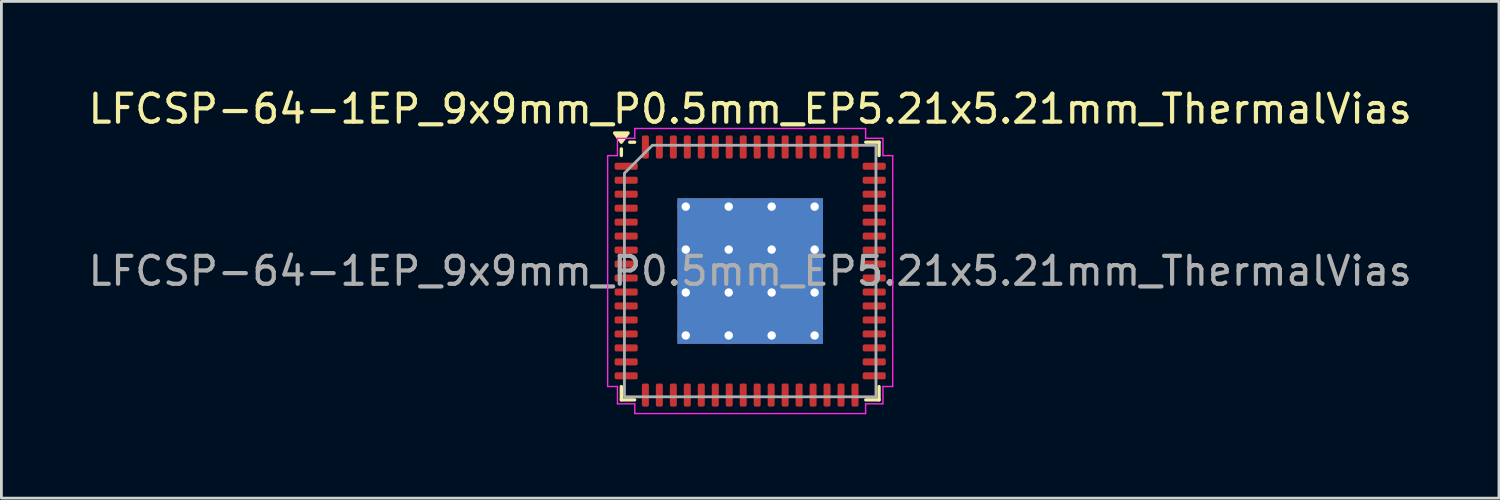
<source format=kicad_pcb>
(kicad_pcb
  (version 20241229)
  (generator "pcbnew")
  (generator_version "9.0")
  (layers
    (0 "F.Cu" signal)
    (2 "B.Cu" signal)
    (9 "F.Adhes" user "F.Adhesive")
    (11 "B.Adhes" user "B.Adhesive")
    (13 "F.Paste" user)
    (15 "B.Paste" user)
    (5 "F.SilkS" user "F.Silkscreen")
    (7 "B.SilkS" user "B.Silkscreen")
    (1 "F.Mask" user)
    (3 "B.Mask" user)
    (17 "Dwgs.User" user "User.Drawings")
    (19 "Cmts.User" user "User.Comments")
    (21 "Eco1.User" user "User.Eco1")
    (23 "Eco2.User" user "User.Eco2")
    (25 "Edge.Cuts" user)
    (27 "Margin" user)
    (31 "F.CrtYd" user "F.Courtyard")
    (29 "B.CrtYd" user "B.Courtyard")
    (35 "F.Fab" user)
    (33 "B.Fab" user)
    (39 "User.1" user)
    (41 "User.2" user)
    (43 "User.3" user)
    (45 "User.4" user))
  (footprint "LFCSP-64-1EP_9x9mm_P0.5mm_EP5.21x5.21mm_ThermalVias"
    (layer "F.Cu")
    (at 23.792 6.648)
    (property "Reference" "LFCSP-64-1EP_9x9mm_P0.5mm_EP5.21x5.21mm_ThermalVias" (at 0 -5.8 0) (layer "F.SilkS") (effects (font (size 1 1) (thickness 0.15))))
    (attr smd)
    (fp_line (start -4.61 -4.135) (end -4.61 -4.37) (stroke (width 0.12) (type solid)) (layer "F.SilkS"))
    (fp_line (start -4.61 4.61) (end -4.61 4.135) (stroke (width 0.12) (type solid)) (layer "F.SilkS"))
    (fp_line (start -4.135 -4.61) (end -4.31 -4.61) (stroke (width 0.12) (type solid)) (layer "F.SilkS"))
    (fp_line (start -4.135 4.61) (end -4.61 4.61) (stroke (width 0.12) (type solid)) (layer "F.SilkS"))
    (fp_line (start 4.135 -4.61) (end 4.61 -4.61) (stroke (width 0.12) (type solid)) (layer "F.SilkS"))
    (fp_line (start 4.135 4.61) (end 4.61 4.61) (stroke (width 0.12) (type solid)) (layer "F.SilkS"))
    (fp_line (start 4.61 -4.61) (end 4.61 -4.135) (stroke (width 0.12) (type solid)) (layer "F.SilkS"))
    (fp_line (start 4.61 4.61) (end 4.61 4.135) (stroke (width 0.12) (type solid)) (layer "F.SilkS"))
    (fp_poly (pts (xy -4.61 -4.61) (xy -4.85 -4.94) (xy -4.37 -4.94)) (stroke (width 0.12) (type solid)) (fill yes) (layer "F.SilkS"))
    (fp_line (start -5.1 -4.13) (end -4.75 -4.13) (stroke (width 0.05) (type solid)) (layer "F.CrtYd"))
    (fp_line (start -5.1 4.13) (end -5.1 -4.13) (stroke (width 0.05) (type solid)) (layer "F.CrtYd"))
    (fp_line (start -4.75 -4.75) (end -4.13 -4.75) (stroke (width 0.05) (type solid)) (layer "F.CrtYd"))
    (fp_line (start -4.75 -4.13) (end -4.75 -4.75) (stroke (width 0.05) (type solid)) (layer "F.CrtYd"))
    (fp_line (start -4.75 4.13) (end -5.1 4.13) (stroke (width 0.05) (type solid)) (layer "F.CrtYd"))
    (fp_line (start -4.75 4.75) (end -4.75 4.13) (stroke (width 0.05) (type solid)) (layer "F.CrtYd"))
    (fp_line (start -4.13 -5.1) (end 4.13 -5.1) (stroke (width 0.05) (type solid)) (layer "F.CrtYd"))
    (fp_line (start -4.13 -4.75) (end -4.13 -5.1) (stroke (width 0.05) (type solid)) (layer "F.CrtYd"))
    (fp_line (start -4.13 4.75) (end -4.75 4.75) (stroke (width 0.05) (type solid)) (layer "F.CrtYd"))
    (fp_line (start -4.13 5.1) (end -4.13 4.75) (stroke (width 0.05) (type solid)) (layer "F.CrtYd"))
    (fp_line (start 4.13 -5.1) (end 4.13 -4.75) (stroke (width 0.05) (type solid)) (layer "F.CrtYd"))
    (fp_line (start 4.13 -4.75) (end 4.75 -4.75) (stroke (width 0.05) (type solid)) (layer "F.CrtYd"))
    (fp_line (start 4.13 4.75) (end 4.13 5.1) (stroke (width 0.05) (type solid)) (layer "F.CrtYd"))
    (fp_line (start 4.13 5.1) (end -4.13 5.1) (stroke (width 0.05) (type solid)) (layer "F.CrtYd"))
    (fp_line (start 4.75 -4.75) (end 4.75 -4.13) (stroke (width 0.05) (type solid)) (layer "F.CrtYd"))
    (fp_line (start 4.75 -4.13) (end 5.1 -4.13) (stroke (width 0.05) (type solid)) (layer "F.CrtYd"))
    (fp_line (start 4.75 4.13) (end 4.75 4.75) (stroke (width 0.05) (type solid)) (layer "F.CrtYd"))
    (fp_line (start 4.75 4.75) (end 4.13 4.75) (stroke (width 0.05) (type solid)) (layer "F.CrtYd"))
    (fp_line (start 5.1 -4.13) (end 5.1 4.13) (stroke (width 0.05) (type solid)) (layer "F.CrtYd"))
    (fp_line (start 5.1 4.13) (end 4.75 4.13) (stroke (width 0.05) (type solid)) (layer "F.CrtYd"))
    (fp_poly (pts (xy -4.5 -3.5) (xy -4.5 4.5) (xy 4.5 4.5) (xy 4.5 -4.5) (xy -3.5 -4.5)) (stroke (width 0.1) (type solid)) (fill no) (layer "F.Fab"))
    (fp_text user "${REFERENCE}" (at 0 0 0) (layer "F.Fab") (effects (font (size 1 1) (thickness 0.15))))
    (pad "" smd roundrect (at -1.3 -1.3) (size 2.26 2.26) (layers "F.Paste") (roundrect_rratio 0.111))
    (pad "" smd roundrect (at -1.3 1.3) (size 2.26 2.26) (layers "F.Paste") (roundrect_rratio 0.111))
    (pad "" smd roundrect (at 1.3 -1.3) (size 2.26 2.26) (layers "F.Paste") (roundrect_rratio 0.111))
    (pad "" smd roundrect (at 1.3 1.3) (size 2.26 2.26) (layers "F.Paste") (roundrect_rratio 0.111))
    (pad "1" smd roundrect (at -4.438 -3.75) (size 0.825 0.25) (layers "F.Cu" "F.Mask" "F.Paste") (roundrect_rratio 0.25))
    (pad "2" smd roundrect (at -4.438 -3.25) (size 0.825 0.25) (layers "F.Cu" "F.Mask" "F.Paste") (roundrect_rratio 0.25))
    (pad "3" smd roundrect (at -4.438 -2.75) (size 0.825 0.25) (layers "F.Cu" "F.Mask" "F.Paste") (roundrect_rratio 0.25))
    (pad "4" smd roundrect (at -4.438 -2.25) (size 0.825 0.25) (layers "F.Cu" "F.Mask" "F.Paste") (roundrect_rratio 0.25))
    (pad "5" smd roundrect (at -4.438 -1.75) (size 0.825 0.25) (layers "F.Cu" "F.Mask" "F.Paste") (roundrect_rratio 0.25))
    (pad "6" smd roundrect (at -4.438 -1.25) (size 0.825 0.25) (layers "F.Cu" "F.Mask" "F.Paste") (roundrect_rratio 0.25))
    (pad "7" smd roundrect (at -4.438 -0.75) (size 0.825 0.25) (layers "F.Cu" "F.Mask" "F.Paste") (roundrect_rratio 0.25))
    (pad "8" smd roundrect (at -4.438 -0.25) (size 0.825 0.25) (layers "F.Cu" "F.Mask" "F.Paste") (roundrect_rratio 0.25))
    (pad "9" smd roundrect (at -4.438 0.25) (size 0.825 0.25) (layers "F.Cu" "F.Mask" "F.Paste") (roundrect_rratio 0.25))
    (pad "10" smd roundrect (at -4.438 0.75) (size 0.825 0.25) (layers "F.Cu" "F.Mask" "F.Paste") (roundrect_rratio 0.25))
    (pad "11" smd roundrect (at -4.438 1.25) (size 0.825 0.25) (layers "F.Cu" "F.Mask" "F.Paste") (roundrect_rratio 0.25))
    (pad "12" smd roundrect (at -4.438 1.75) (size 0.825 0.25) (layers "F.Cu" "F.Mask" "F.Paste") (roundrect_rratio 0.25))
    (pad "13" smd roundrect (at -4.438 2.25) (size 0.825 0.25) (layers "F.Cu" "F.Mask" "F.Paste") (roundrect_rratio 0.25))
    (pad "14" smd roundrect (at -4.438 2.75) (size 0.825 0.25) (layers "F.Cu" "F.Mask" "F.Paste") (roundrect_rratio 0.25))
    (pad "15" smd roundrect (at -4.438 3.25) (size 0.825 0.25) (layers "F.Cu" "F.Mask" "F.Paste") (roundrect_rratio 0.25))
    (pad "16" smd roundrect (at -4.438 3.75) (size 0.825 0.25) (layers "F.Cu" "F.Mask" "F.Paste") (roundrect_rratio 0.25))
    (pad "17" smd roundrect (at -3.75 4.438) (size 0.25 0.825) (layers "F.Cu" "F.Mask" "F.Paste") (roundrect_rratio 0.25))
    (pad "18" smd roundrect (at -3.25 4.438) (size 0.25 0.825) (layers "F.Cu" "F.Mask" "F.Paste") (roundrect_rratio 0.25))
    (pad "19" smd roundrect (at -2.75 4.438) (size 0.25 0.825) (layers "F.Cu" "F.Mask" "F.Paste") (roundrect_rratio 0.25))
    (pad "20" smd roundrect (at -2.25 4.438) (size 0.25 0.825) (layers "F.Cu" "F.Mask" "F.Paste") (roundrect_rratio 0.25))
    (pad "21" smd roundrect (at -1.75 4.438) (size 0.25 0.825) (layers "F.Cu" "F.Mask" "F.Paste") (roundrect_rratio 0.25))
    (pad "22" smd roundrect (at -1.25 4.438) (size 0.25 0.825) (layers "F.Cu" "F.Mask" "F.Paste") (roundrect_rratio 0.25))
    (pad "23" smd roundrect (at -0.75 4.438) (size 0.25 0.825) (layers "F.Cu" "F.Mask" "F.Paste") (roundrect_rratio 0.25))
    (pad "24" smd roundrect (at -0.25 4.438) (size 0.25 0.825) (layers "F.Cu" "F.Mask" "F.Paste") (roundrect_rratio 0.25))
    (pad "25" smd roundrect (at 0.25 4.438) (size 0.25 0.825) (layers "F.Cu" "F.Mask" "F.Paste") (roundrect_rratio 0.25))
    (pad "26" smd roundrect (at 0.75 4.438) (size 0.25 0.825) (layers "F.Cu" "F.Mask" "F.Paste") (roundrect_rratio 0.25))
    (pad "27" smd roundrect (at 1.25 4.438) (size 0.25 0.825) (layers "F.Cu" "F.Mask" "F.Paste") (roundrect_rratio 0.25))
    (pad "28" smd roundrect (at 1.75 4.438) (size 0.25 0.825) (layers "F.Cu" "F.Mask" "F.Paste") (roundrect_rratio 0.25))
    (pad "29" smd roundrect (at 2.25 4.438) (size 0.25 0.825) (layers "F.Cu" "F.Mask" "F.Paste") (roundrect_rratio 0.25))
    (pad "30" smd roundrect (at 2.75 4.438) (size 0.25 0.825) (layers "F.Cu" "F.Mask" "F.Paste") (roundrect_rratio 0.25))
    (pad "31" smd roundrect (at 3.25 4.438) (size 0.25 0.825) (layers "F.Cu" "F.Mask" "F.Paste") (roundrect_rratio 0.25))
    (pad "32" smd roundrect (at 3.75 4.438) (size 0.25 0.825) (layers "F.Cu" "F.Mask" "F.Paste") (roundrect_rratio 0.25))
    (pad "33" smd roundrect (at 4.438 3.75) (size 0.825 0.25) (layers "F.Cu" "F.Mask" "F.Paste") (roundrect_rratio 0.25))
    (pad "34" smd roundrect (at 4.438 3.25) (size 0.825 0.25) (layers "F.Cu" "F.Mask" "F.Paste") (roundrect_rratio 0.25))
    (pad "35" smd roundrect (at 4.438 2.75) (size 0.825 0.25) (layers "F.Cu" "F.Mask" "F.Paste") (roundrect_rratio 0.25))
    (pad "36" smd roundrect (at 4.438 2.25) (size 0.825 0.25) (layers "F.Cu" "F.Mask" "F.Paste") (roundrect_rratio 0.25))
    (pad "37" smd roundrect (at 4.438 1.75) (size 0.825 0.25) (layers "F.Cu" "F.Mask" "F.Paste") (roundrect_rratio 0.25))
    (pad "38" smd roundrect (at 4.438 1.25) (size 0.825 0.25) (layers "F.Cu" "F.Mask" "F.Paste") (roundrect_rratio 0.25))
    (pad "39" smd roundrect (at 4.438 0.75) (size 0.825 0.25) (layers "F.Cu" "F.Mask" "F.Paste") (roundrect_rratio 0.25))
    (pad "40" smd roundrect (at 4.438 0.25) (size 0.825 0.25) (layers "F.Cu" "F.Mask" "F.Paste") (roundrect_rratio 0.25))
    (pad "41" smd roundrect (at 4.438 -0.25) (size 0.825 0.25) (layers "F.Cu" "F.Mask" "F.Paste") (roundrect_rratio 0.25))
    (pad "42" smd roundrect (at 4.438 -0.75) (size 0.825 0.25) (layers "F.Cu" "F.Mask" "F.Paste") (roundrect_rratio 0.25))
    (pad "43" smd roundrect (at 4.438 -1.25) (size 0.825 0.25) (layers "F.Cu" "F.Mask" "F.Paste") (roundrect_rratio 0.25))
    (pad "44" smd roundrect (at 4.438 -1.75) (size 0.825 0.25) (layers "F.Cu" "F.Mask" "F.Paste") (roundrect_rratio 0.25))
    (pad "45" smd roundrect (at 4.438 -2.25) (size 0.825 0.25) (layers "F.Cu" "F.Mask" "F.Paste") (roundrect_rratio 0.25))
    (pad "46" smd roundrect (at 4.438 -2.75) (size 0.825 0.25) (layers "F.Cu" "F.Mask" "F.Paste") (roundrect_rratio 0.25))
    (pad "47" smd roundrect (at 4.438 -3.25) (size 0.825 0.25) (layers "F.Cu" "F.Mask" "F.Paste") (roundrect_rratio 0.25))
    (pad "48" smd roundrect (at 4.438 -3.75) (size 0.825 0.25) (layers "F.Cu" "F.Mask" "F.Paste") (roundrect_rratio 0.25))
    (pad "49" smd roundrect (at 3.75 -4.438) (size 0.25 0.825) (layers "F.Cu" "F.Mask" "F.Paste") (roundrect_rratio 0.25))
    (pad "50" smd roundrect (at 3.25 -4.438) (size 0.25 0.825) (layers "F.Cu" "F.Mask" "F.Paste") (roundrect_rratio 0.25))
    (pad "51" smd roundrect (at 2.75 -4.438) (size 0.25 0.825) (layers "F.Cu" "F.Mask" "F.Paste") (roundrect_rratio 0.25))
    (pad "52" smd roundrect (at 2.25 -4.438) (size 0.25 0.825) (layers "F.Cu" "F.Mask" "F.Paste") (roundrect_rratio 0.25))
    (pad "53" smd roundrect (at 1.75 -4.438) (size 0.25 0.825) (layers "F.Cu" "F.Mask" "F.Paste") (roundrect_rratio 0.25))
    (pad "54" smd roundrect (at 1.25 -4.438) (size 0.25 0.825) (layers "F.Cu" "F.Mask" "F.Paste") (roundrect_rratio 0.25))
    (pad "55" smd roundrect (at 0.75 -4.438) (size 0.25 0.825) (layers "F.Cu" "F.Mask" "F.Paste") (roundrect_rratio 0.25))
    (pad "56" smd roundrect (at 0.25 -4.438) (size 0.25 0.825) (layers "F.Cu" "F.Mask" "F.Paste") (roundrect_rratio 0.25))
    (pad "57" smd roundrect (at -0.25 -4.438) (size 0.25 0.825) (layers "F.Cu" "F.Mask" "F.Paste") (roundrect_rratio 0.25))
    (pad "58" smd roundrect (at -0.75 -4.438) (size 0.25 0.825) (layers "F.Cu" "F.Mask" "F.Paste") (roundrect_rratio 0.25))
    (pad "59" smd roundrect (at -1.25 -4.438) (size 0.25 0.825) (layers "F.Cu" "F.Mask" "F.Paste") (roundrect_rratio 0.25))
    (pad "60" smd roundrect (at -1.75 -4.438) (size 0.25 0.825) (layers "F.Cu" "F.Mask" "F.Paste") (roundrect_rratio 0.25))
    (pad "61" smd roundrect (at -2.25 -4.438) (size 0.25 0.825) (layers "F.Cu" "F.Mask" "F.Paste") (roundrect_rratio 0.25))
    (pad "62" smd roundrect (at -2.75 -4.438) (size 0.25 0.825) (layers "F.Cu" "F.Mask" "F.Paste") (roundrect_rratio 0.25))
    (pad "63" smd roundrect (at -3.25 -4.438) (size 0.25 0.825) (layers "F.Cu" "F.Mask" "F.Paste") (roundrect_rratio 0.25))
    (pad "64" smd roundrect (at -3.75 -4.438) (size 0.25 0.825) (layers "F.Cu" "F.Mask" "F.Paste") (roundrect_rratio 0.25))
    (pad "65" thru_hole circle (at -2.305 -2.305) (size 0.6 0.6) (drill 0.3) (property pad_prop_heatsink) (layers "*.Cu"))
    (pad "65" thru_hole circle (at -2.305 -0.768) (size 0.6 0.6) (drill 0.3) (property pad_prop_heatsink) (layers "*.Cu"))
    (pad "65" thru_hole circle (at -2.305 0.768) (size 0.6 0.6) (drill 0.3) (property pad_prop_heatsink) (layers "*.Cu"))
    (pad "65" thru_hole circle (at -2.305 2.305) (size 0.6 0.6) (drill 0.3) (property pad_prop_heatsink) (layers "*.Cu"))
    (pad "65" thru_hole circle (at -0.768 -2.305) (size 0.6 0.6) (drill 0.3) (property pad_prop_heatsink) (layers "*.Cu"))
    (pad "65" thru_hole circle (at -0.768 -0.768) (size 0.6 0.6) (drill 0.3) (property pad_prop_heatsink) (layers "*.Cu"))
    (pad "65" thru_hole circle (at -0.768 0.768) (size 0.6 0.6) (drill 0.3) (property pad_prop_heatsink) (layers "*.Cu"))
    (pad "65" thru_hole circle (at -0.768 2.305) (size 0.6 0.6) (drill 0.3) (property pad_prop_heatsink) (layers "*.Cu"))
    (pad "65" smd rect (at 0 0) (size 5.21 5.21) (property pad_prop_heatsink) (layers "F.Cu" "F.Mask"))
    (pad "65" smd rect (at 0 0) (size 5.21 5.21) (property pad_prop_heatsink) (layers "B.Cu"))
    (pad "65" thru_hole circle (at 0.768 -2.305) (size 0.6 0.6) (drill 0.3) (property pad_prop_heatsink) (layers "*.Cu"))
    (pad "65" thru_hole circle (at 0.768 -0.768) (size 0.6 0.6) (drill 0.3) (property pad_prop_heatsink) (layers "*.Cu"))
    (pad "65" thru_hole circle (at 0.768 0.768) (size 0.6 0.6) (drill 0.3) (property pad_prop_heatsink) (layers "*.Cu"))
    (pad "65" thru_hole circle (at 0.768 2.305) (size 0.6 0.6) (drill 0.3) (property pad_prop_heatsink) (layers "*.Cu"))
    (pad "65" thru_hole circle (at 2.305 -2.305) (size 0.6 0.6) (drill 0.3) (property pad_prop_heatsink) (layers "*.Cu"))
    (pad "65" thru_hole circle (at 2.305 -0.768) (size 0.6 0.6) (drill 0.3) (property pad_prop_heatsink) (layers "*.Cu"))
    (pad "65" thru_hole circle (at 2.305 0.768) (size 0.6 0.6) (drill 0.3) (property pad_prop_heatsink) (layers "*.Cu"))
    (pad "65" thru_hole circle (at 2.305 2.305) (size 0.6 0.6) (drill 0.3) (property pad_prop_heatsink) (layers "*.Cu")))
  (gr_rect
    (start -3 -3)
    (end 50.583 14.773)
    (stroke (width 0.1) (type default))
    (fill no)
    (layer "Edge.Cuts")))
</source>
